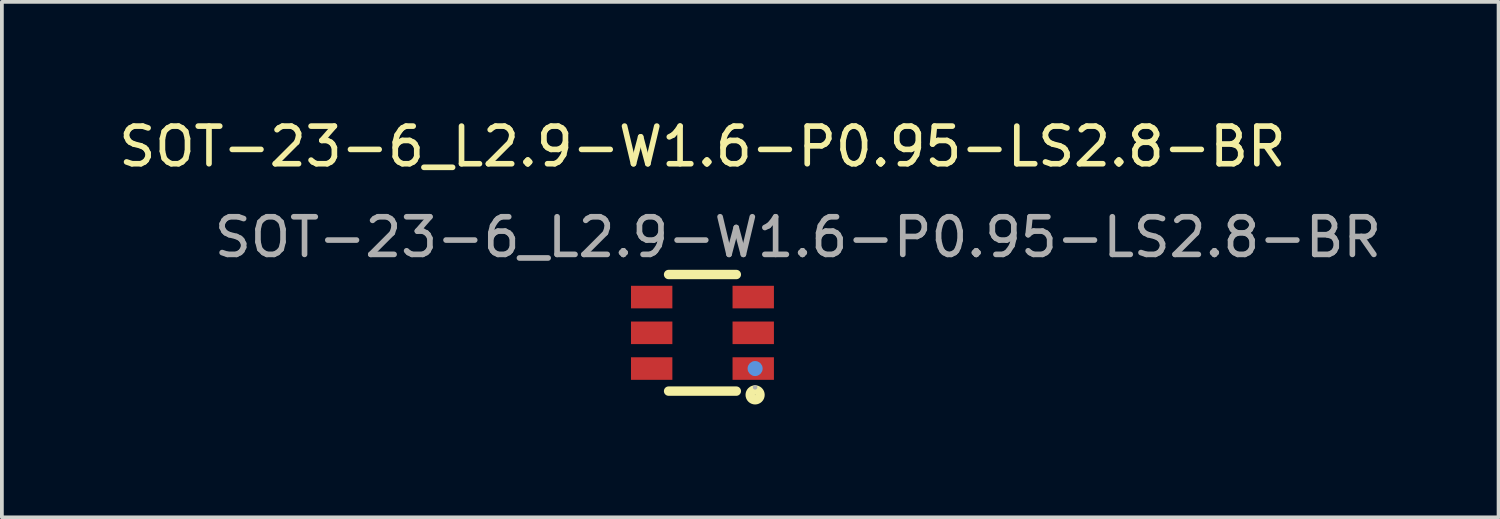
<source format=kicad_pcb>
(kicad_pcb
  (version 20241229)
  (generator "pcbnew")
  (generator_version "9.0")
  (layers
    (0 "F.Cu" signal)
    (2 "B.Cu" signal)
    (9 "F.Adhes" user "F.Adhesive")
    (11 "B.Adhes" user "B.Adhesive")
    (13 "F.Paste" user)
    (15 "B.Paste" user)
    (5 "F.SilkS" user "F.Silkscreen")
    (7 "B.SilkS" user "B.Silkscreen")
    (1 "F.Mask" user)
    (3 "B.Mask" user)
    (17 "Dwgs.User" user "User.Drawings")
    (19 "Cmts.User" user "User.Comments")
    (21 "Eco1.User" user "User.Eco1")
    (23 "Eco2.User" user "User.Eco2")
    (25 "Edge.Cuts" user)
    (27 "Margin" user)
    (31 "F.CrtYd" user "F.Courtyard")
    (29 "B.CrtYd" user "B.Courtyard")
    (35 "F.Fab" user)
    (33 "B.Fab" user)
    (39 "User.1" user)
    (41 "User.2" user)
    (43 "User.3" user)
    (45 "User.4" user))
  (footprint "SOT-23-6_L2.9-W1.6-P0.95-LS2.8-BR"
    (layer "F.Cu")
    (at 15.625 5.798)
    (property "Reference" "SOT-23-6_L2.9-W1.6-P0.95-LS2.8-BR" (at 0 -4.95 0) (layer "F.SilkS") (effects (font (size 1 1) (thickness 0.15))))
    (attr smd)
    (fp_line (start -0.9 -1.55) (end 0.9 -1.55) (stroke (width 0.25) (type solid)) (layer "F.SilkS"))
    (fp_line (start -0.9 1.55) (end 0.9 1.55) (stroke (width 0.25) (type solid)) (layer "F.SilkS"))
    (fp_circle (center 1.4 1.65) (end 1.53 1.65) (stroke (width 0.25) (type solid)) (fill no) (layer "F.SilkS"))
    (fp_circle (center 1.4 0.95) (end 1.5 0.95) (stroke (width 0.2) (type solid)) (fill no) (layer "Cmts.User"))
    (fp_circle (center 1.4 1.45) (end 1.43 1.45) (stroke (width 0.06) (type solid)) (fill no) (layer "F.Fab"))
    (fp_text user "${REFERENCE}" (at 2.54 -2.54 0) (layer "F.Fab") (effects (font (size 1 1) (thickness 0.15))))
    (pad "1" smd rect (at 1.35 0.95) (size 1.1 0.6) (layers "F.Cu" "F.Mask" "F.Paste"))
    (pad "2" smd rect (at 1.35 0) (size 1.1 0.6) (layers "F.Cu" "F.Mask" "F.Paste"))
    (pad "3" smd rect (at 1.35 -0.95) (size 1.1 0.6) (layers "F.Cu" "F.Mask" "F.Paste"))
    (pad "4" smd rect (at -1.35 -0.95) (size 1.1 0.6) (layers "F.Cu" "F.Mask" "F.Paste"))
    (pad "5" smd rect (at -1.35 0) (size 1.1 0.6) (layers "F.Cu" "F.Mask" "F.Paste"))
    (pad "6" smd rect (at -1.35 0.95) (size 1.1 0.6) (layers "F.Cu" "F.Mask" "F.Paste")))
  (gr_rect
    (start -3 -3)
    (end 36.79 10.703)
    (stroke (width 0.1) (type default))
    (fill no)
    (layer "Edge.Cuts")))
</source>
